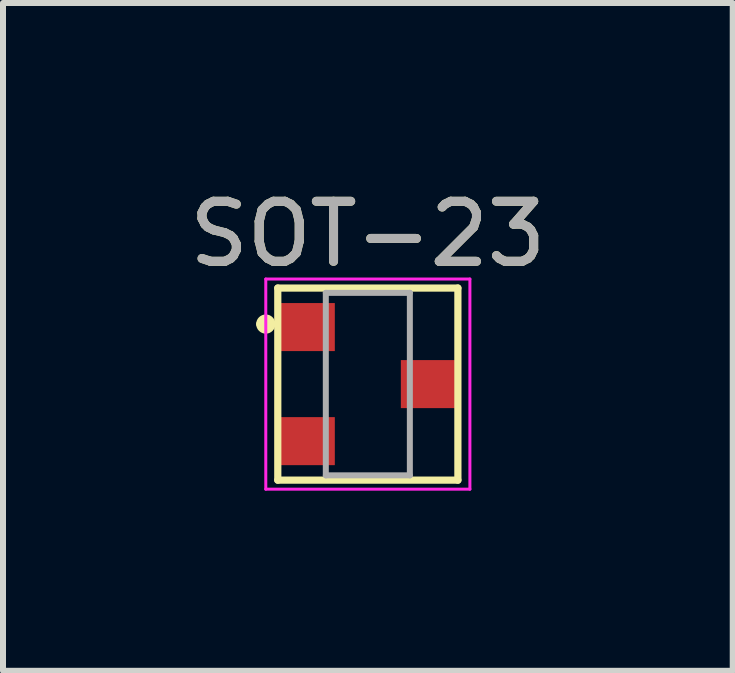
<source format=kicad_pcb>
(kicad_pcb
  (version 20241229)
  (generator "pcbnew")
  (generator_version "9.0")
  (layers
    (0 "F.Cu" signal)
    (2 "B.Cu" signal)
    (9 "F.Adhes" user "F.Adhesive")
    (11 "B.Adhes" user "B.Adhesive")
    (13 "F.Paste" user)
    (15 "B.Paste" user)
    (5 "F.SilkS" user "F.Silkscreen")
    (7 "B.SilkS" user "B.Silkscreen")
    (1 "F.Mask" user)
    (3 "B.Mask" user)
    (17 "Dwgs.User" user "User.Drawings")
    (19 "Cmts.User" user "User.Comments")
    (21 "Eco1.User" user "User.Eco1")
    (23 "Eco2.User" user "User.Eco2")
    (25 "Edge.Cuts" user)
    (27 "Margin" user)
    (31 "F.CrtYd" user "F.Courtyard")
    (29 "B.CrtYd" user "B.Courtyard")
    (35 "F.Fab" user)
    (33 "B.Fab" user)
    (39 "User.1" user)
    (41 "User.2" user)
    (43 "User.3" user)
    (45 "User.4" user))
  (footprint "SOT-23"
    (layer "F.Cu")
    (at 3.077 3.348)
    (property "Reference" "SOT-23" (at 0 -2.5 0) (layer "F.SilkS") (effects (font (size 1 1) (thickness 0.15))))
    (attr smd)
    (fp_line (start -1.8 -1) (end -1.6 -1) (stroke (width 0.12) (type solid)) (layer "F.SilkS"))
    (fp_line (start -1.5 -1.6) (end 1.5 -1.6) (stroke (width 0.12) (type solid)) (layer "F.SilkS"))
    (fp_line (start -1.5 1.6) (end -1.5 -1.6) (stroke (width 0.12) (type solid)) (layer "F.SilkS"))
    (fp_line (start 1.5 -1.6) (end 1.5 1.6) (stroke (width 0.12) (type solid)) (layer "F.SilkS"))
    (fp_line (start 1.5 1.6) (end -1.5 1.6) (stroke (width 0.12) (type solid)) (layer "F.SilkS"))
    (fp_circle (center -1.7 -1) (end -1.8 -1) (stroke (width 0.12) (type solid)) (fill no) (layer "F.SilkS"))
    (fp_line (start -1.7 -1.75) (end 1.7 -1.75) (stroke (width 0.05) (type solid)) (layer "F.CrtYd"))
    (fp_line (start -1.7 1.75) (end -1.7 -1.75) (stroke (width 0.05) (type solid)) (layer "F.CrtYd"))
    (fp_line (start 1.7 -1.75) (end 1.7 1.75) (stroke (width 0.05) (type solid)) (layer "F.CrtYd"))
    (fp_line (start 1.7 1.75) (end -1.7 1.75) (stroke (width 0.05) (type solid)) (layer "F.CrtYd"))
    (fp_line (start -0.7 -1.52) (end -0.7 1.52) (stroke (width 0.1) (type solid)) (layer "F.Fab"))
    (fp_line (start -0.7 -1.52) (end 0.7 -1.52) (stroke (width 0.1) (type solid)) (layer "F.Fab"))
    (fp_line (start -0.7 1.52) (end 0.7 1.52) (stroke (width 0.1) (type solid)) (layer "F.Fab"))
    (fp_line (start 0.7 -1.52) (end 0.7 1.52) (stroke (width 0.1) (type solid)) (layer "F.Fab"))
    (fp_text user "${REFERENCE}" (at 0 -2.5 0) (layer "F.Fab") (effects (font (size 1 1) (thickness 0.15))))
    (pad "1" smd rect (at -1 -0.95) (size 0.9 0.8) (layers "F.Cu" "F.Mask" "F.Paste"))
    (pad "2" smd rect (at -1 0.95) (size 0.9 0.8) (layers "F.Cu" "F.Mask" "F.Paste"))
    (pad "3" smd rect (at 1 0) (size 0.9 0.8) (layers "F.Cu" "F.Mask" "F.Paste")))
  (gr_rect
    (start -3 -3)
    (end 9.155 8.123)
    (stroke (width 0.1) (type default))
    (fill no)
    (layer "Edge.Cuts")))
</source>
